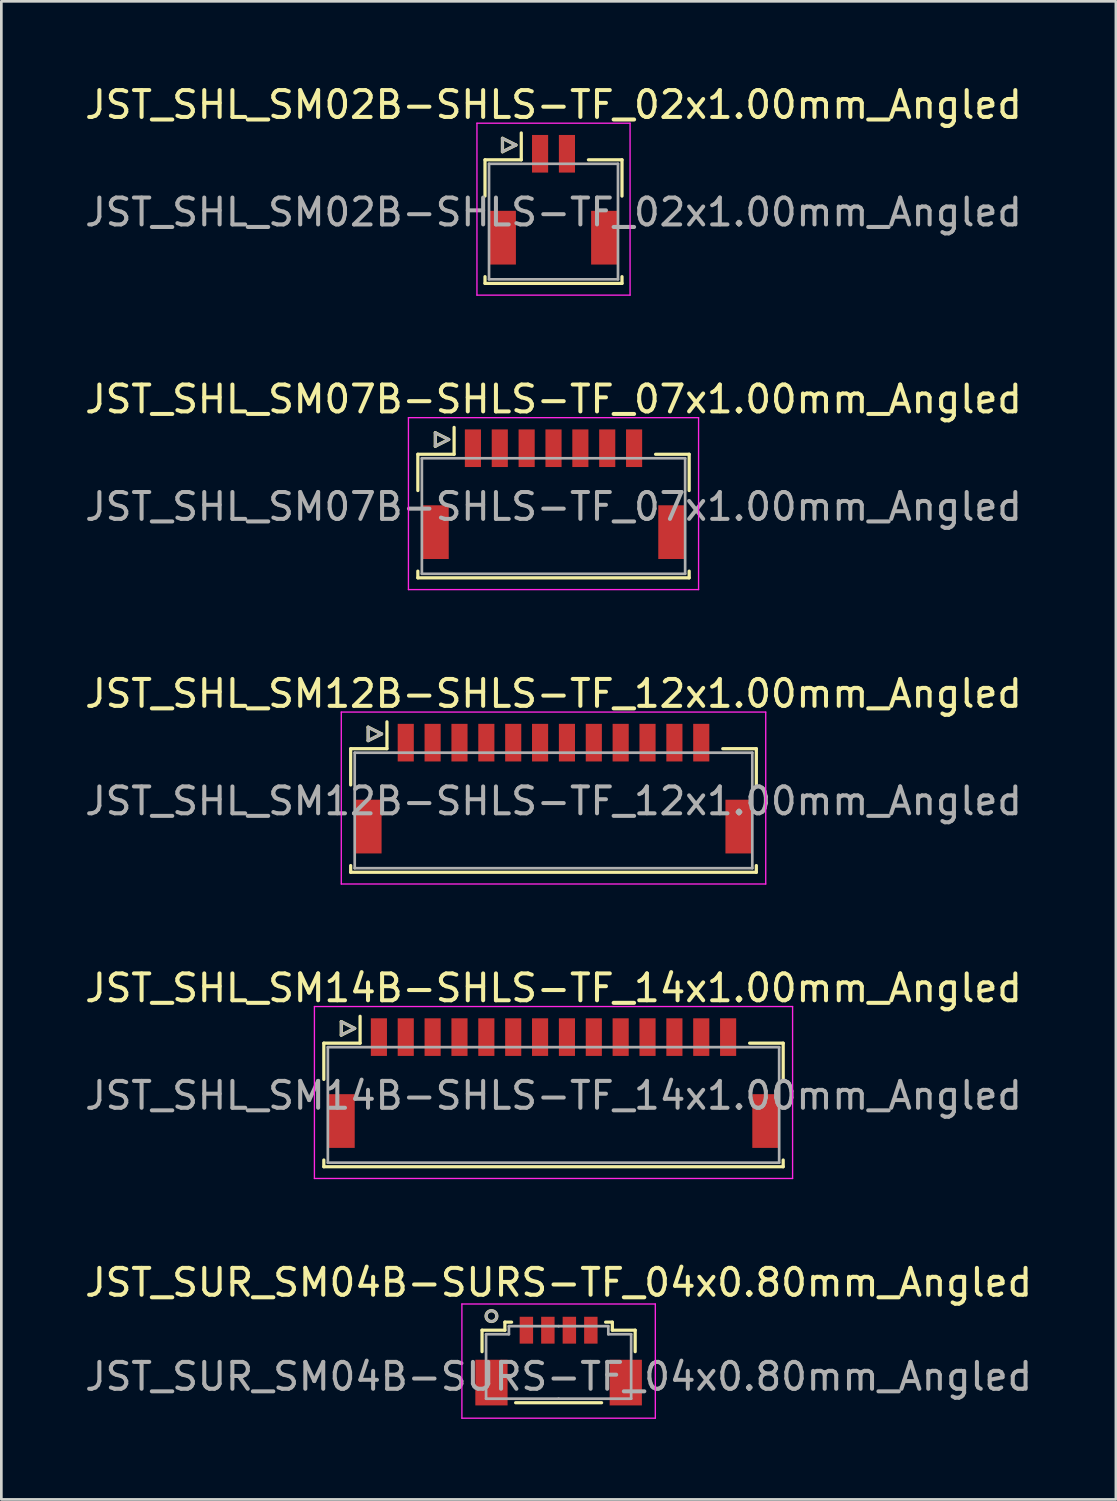
<source format=kicad_pcb>
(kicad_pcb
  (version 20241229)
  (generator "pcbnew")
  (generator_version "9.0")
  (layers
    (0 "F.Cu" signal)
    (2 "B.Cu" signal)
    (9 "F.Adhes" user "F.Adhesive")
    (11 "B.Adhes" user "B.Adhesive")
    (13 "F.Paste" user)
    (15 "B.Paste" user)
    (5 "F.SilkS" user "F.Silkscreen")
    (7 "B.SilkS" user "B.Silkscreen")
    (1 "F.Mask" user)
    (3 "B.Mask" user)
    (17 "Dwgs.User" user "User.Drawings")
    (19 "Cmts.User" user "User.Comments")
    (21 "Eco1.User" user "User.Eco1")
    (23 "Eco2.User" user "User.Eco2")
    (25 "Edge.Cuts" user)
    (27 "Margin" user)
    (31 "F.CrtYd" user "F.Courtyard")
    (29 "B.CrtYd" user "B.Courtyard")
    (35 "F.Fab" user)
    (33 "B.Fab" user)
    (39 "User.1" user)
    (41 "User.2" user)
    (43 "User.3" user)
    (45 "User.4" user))
  (footprint "JST_SHL_SM02B-SHLS-TF_02x1.00mm_Angled"
    (layer "F.Cu")
    (at 17.554 4.236)
    (property "Reference" "JST_SHL_SM02B-SHLS-TF_02x1.00mm_Angled" (at 0 -3.388 0) (layer "F.SilkS") (effects (font (size 1 1) (thickness 0.15))))
    (attr smd)
    (fp_line (start -2.55 -1.337) (end -1.2 -1.337) (stroke (width 0.12) (type solid)) (layer "F.SilkS"))
    (fp_line (start -2.55 0.013) (end -2.55 -1.337) (stroke (width 0.12) (type solid)) (layer "F.SilkS"))
    (fp_line (start -2.55 3.013) (end -2.55 3.263) (stroke (width 0.12) (type solid)) (layer "F.SilkS"))
    (fp_line (start -2.55 3.263) (end 2.55 3.263) (stroke (width 0.12) (type solid)) (layer "F.SilkS"))
    (fp_line (start -1.9 -2.138) (end -1.9 -1.637) (stroke (width 0.12) (type solid)) (layer "F.SilkS"))
    (fp_line (start -1.9 -1.637) (end -1.4 -1.887) (stroke (width 0.12) (type solid)) (layer "F.SilkS"))
    (fp_line (start -1.4 -1.887) (end -1.9 -2.138) (stroke (width 0.12) (type solid)) (layer "F.SilkS"))
    (fp_line (start -1.2 -1.337) (end -1.2 -2.337) (stroke (width 0.12) (type solid)) (layer "F.SilkS"))
    (fp_line (start 2.55 -1.337) (end 1.3 -1.337) (stroke (width 0.12) (type solid)) (layer "F.SilkS"))
    (fp_line (start 2.55 0.013) (end 2.55 -1.337) (stroke (width 0.12) (type solid)) (layer "F.SilkS"))
    (fp_line (start 2.55 3.263) (end 2.55 3.013) (stroke (width 0.12) (type solid)) (layer "F.SilkS"))
    (fp_line (start -2.85 -2.7) (end -2.85 3.7) (stroke (width 0.05) (type solid)) (layer "F.CrtYd"))
    (fp_line (start -2.85 3.7) (end 2.85 3.7) (stroke (width 0.05) (type solid)) (layer "F.CrtYd"))
    (fp_line (start 2.85 -2.7) (end -2.85 -2.7) (stroke (width 0.05) (type solid)) (layer "F.CrtYd"))
    (fp_line (start 2.85 3.7) (end 2.85 -2.7) (stroke (width 0.05) (type solid)) (layer "F.CrtYd"))
    (fp_line (start -2.4 -1.188) (end -2.4 3.112) (stroke (width 0.1) (type solid)) (layer "F.Fab"))
    (fp_line (start -2.4 3.112) (end 2.4 3.112) (stroke (width 0.1) (type solid)) (layer "F.Fab"))
    (fp_line (start -1.9 -2.138) (end -1.9 -1.637) (stroke (width 0.1) (type solid)) (layer "F.Fab"))
    (fp_line (start -1.9 -1.637) (end -1.4 -1.887) (stroke (width 0.1) (type solid)) (layer "F.Fab"))
    (fp_line (start -1.4 -1.887) (end -1.9 -2.138) (stroke (width 0.1) (type solid)) (layer "F.Fab"))
    (fp_line (start 2.4 -1.188) (end -2.4 -1.188) (stroke (width 0.1) (type solid)) (layer "F.Fab"))
    (fp_line (start 2.4 3.112) (end 2.4 -1.188) (stroke (width 0.1) (type solid)) (layer "F.Fab"))
    (fp_text user "${REFERENCE}" (at 0 0.613 0) (layer "F.Fab") (effects (font (size 1 1) (thickness 0.15))))
    (pad "" smd rect (at -1.9 1.562) (size 1 2) (layers "F.Cu" "F.Mask" "F.Paste"))
    (pad "" smd rect (at 1.9 1.562) (size 1 2) (layers "F.Cu" "F.Mask" "F.Paste"))
    (pad "1" smd rect (at -0.5 -1.562) (size 0.6 1.4) (layers "F.Cu" "F.Mask" "F.Paste"))
    (pad "2" smd rect (at 0.5 -1.562) (size 0.6 1.4) (layers "F.Cu" "F.Mask" "F.Paste")))
  (footprint "JST_SUR_SM04B-SURS-TF_04x0.80mm_Angled"
    (layer "F.Cu")
    (at 17.744 47.441)
    (property "Reference" "JST_SUR_SM04B-SURS-TF_04x0.80mm_Angled" (at 0 -2.75 0) (layer "F.SilkS") (effects (font (size 1 1) (thickness 0.15))))
    (attr smd)
    (fp_line (start -2.85 -0.975) (end -2.85 -0.175) (stroke (width 0.12) (type solid)) (layer "F.SilkS"))
    (fp_line (start -2 -1.275) (end -2 -0.975) (stroke (width 0.12) (type solid)) (layer "F.SilkS"))
    (fp_line (start -2 -0.975) (end -2.85 -0.975) (stroke (width 0.12) (type solid)) (layer "F.SilkS"))
    (fp_line (start -1.75 -1.275) (end -2 -1.275) (stroke (width 0.12) (type solid)) (layer "F.SilkS"))
    (fp_line (start -1.6 1.725) (end 1.6 1.725) (stroke (width 0.12) (type solid)) (layer "F.SilkS"))
    (fp_line (start 1.75 -1.275) (end 2 -1.275) (stroke (width 0.12) (type solid)) (layer "F.SilkS"))
    (fp_line (start 2 -1.275) (end 2 -0.975) (stroke (width 0.12) (type solid)) (layer "F.SilkS"))
    (fp_line (start 2 -0.975) (end 2.85 -0.975) (stroke (width 0.12) (type solid)) (layer "F.SilkS"))
    (fp_line (start 2.85 -0.975) (end 2.85 -0.175) (stroke (width 0.12) (type solid)) (layer "F.SilkS"))
    (fp_circle (center -2.5 -1.5) (end -2.3 -1.5) (stroke (width 0.12) (type solid)) (fill no) (layer "F.SilkS"))
    (fp_line (start -3.6 -1.95) (end 3.6 -1.95) (stroke (width 0.05) (type solid)) (layer "F.CrtYd"))
    (fp_line (start -3.6 2.3) (end -3.6 -1.95) (stroke (width 0.05) (type solid)) (layer "F.CrtYd"))
    (fp_line (start 3.6 -1.95) (end 3.6 2.3) (stroke (width 0.05) (type solid)) (layer "F.CrtYd"))
    (fp_line (start 3.6 2.3) (end -3.6 2.3) (stroke (width 0.05) (type solid)) (layer "F.CrtYd"))
    (fp_line (start -2.7 -0.825) (end -2.7 1.575) (stroke (width 0.1) (type solid)) (layer "F.Fab"))
    (fp_line (start -2.7 1.575) (end 0 1.575) (stroke (width 0.1) (type solid)) (layer "F.Fab"))
    (fp_line (start -1.85 -1.125) (end -1.85 -0.825) (stroke (width 0.1) (type solid)) (layer "F.Fab"))
    (fp_line (start -1.85 -0.825) (end -2.7 -0.825) (stroke (width 0.1) (type solid)) (layer "F.Fab"))
    (fp_line (start 0 -1.125) (end -1.85 -1.125) (stroke (width 0.1) (type solid)) (layer "F.Fab"))
    (fp_line (start 0 -1.125) (end 1.85 -1.125) (stroke (width 0.1) (type solid)) (layer "F.Fab"))
    (fp_line (start 1.85 -1.125) (end 1.85 -0.825) (stroke (width 0.1) (type solid)) (layer "F.Fab"))
    (fp_line (start 1.85 -0.825) (end 2.7 -0.825) (stroke (width 0.1) (type solid)) (layer "F.Fab"))
    (fp_line (start 2.7 -0.825) (end 2.7 1.575) (stroke (width 0.1) (type solid)) (layer "F.Fab"))
    (fp_line (start 2.7 1.575) (end 0 1.575) (stroke (width 0.1) (type solid)) (layer "F.Fab"))
    (fp_circle (center -2.5 -1.5) (end -2.3 -1.5) (stroke (width 0.1) (type solid)) (fill no) (layer "F.Fab"))
    (fp_text user "${REFERENCE}" (at 0 0.75 0) (layer "F.Fab") (effects (font (size 1 1) (thickness 0.15))))
    (pad "" smd rect (at -2.5 0.975) (size 1.2 1.7) (layers "F.Cu" "F.Mask" "F.Paste"))
    (pad "" smd rect (at 2.5 0.975) (size 1.2 1.7) (layers "F.Cu" "F.Mask" "F.Paste"))
    (pad "1" smd rect (at -1.2 -0.975) (size 0.5 1) (layers "F.Cu" "F.Mask" "F.Paste"))
    (pad "2" smd rect (at -0.4 -0.975) (size 0.5 1) (layers "F.Cu" "F.Mask" "F.Paste"))
    (pad "3" smd rect (at 0.4 -0.975) (size 0.5 1) (layers "F.Cu" "F.Mask" "F.Paste"))
    (pad "4" smd rect (at 1.2 -0.975) (size 0.5 1) (layers "F.Cu" "F.Mask" "F.Paste")))
  (footprint "JST_SHL_SM07B-SHLS-TF_07x1.00mm_Angled"
    (layer "F.Cu")
    (at 17.554 15.197)
    (property "Reference" "JST_SHL_SM07B-SHLS-TF_07x1.00mm_Angled" (at 0 -3.388 0) (layer "F.SilkS") (effects (font (size 1 1) (thickness 0.15))))
    (attr smd)
    (fp_line (start -5.05 -1.337) (end -3.7 -1.337) (stroke (width 0.12) (type solid)) (layer "F.SilkS"))
    (fp_line (start -5.05 0.013) (end -5.05 -1.337) (stroke (width 0.12) (type solid)) (layer "F.SilkS"))
    (fp_line (start -5.05 3.013) (end -5.05 3.263) (stroke (width 0.12) (type solid)) (layer "F.SilkS"))
    (fp_line (start -5.05 3.263) (end 5.05 3.263) (stroke (width 0.12) (type solid)) (layer "F.SilkS"))
    (fp_line (start -4.4 -2.138) (end -4.4 -1.637) (stroke (width 0.12) (type solid)) (layer "F.SilkS"))
    (fp_line (start -4.4 -1.637) (end -3.9 -1.887) (stroke (width 0.12) (type solid)) (layer "F.SilkS"))
    (fp_line (start -3.9 -1.887) (end -4.4 -2.138) (stroke (width 0.12) (type solid)) (layer "F.SilkS"))
    (fp_line (start -3.7 -1.337) (end -3.7 -2.337) (stroke (width 0.12) (type solid)) (layer "F.SilkS"))
    (fp_line (start 5.05 -1.337) (end 3.8 -1.337) (stroke (width 0.12) (type solid)) (layer "F.SilkS"))
    (fp_line (start 5.05 0.013) (end 5.05 -1.337) (stroke (width 0.12) (type solid)) (layer "F.SilkS"))
    (fp_line (start 5.05 3.263) (end 5.05 3.013) (stroke (width 0.12) (type solid)) (layer "F.SilkS"))
    (fp_line (start -5.4 -2.7) (end -5.4 3.7) (stroke (width 0.05) (type solid)) (layer "F.CrtYd"))
    (fp_line (start -5.4 3.7) (end 5.4 3.7) (stroke (width 0.05) (type solid)) (layer "F.CrtYd"))
    (fp_line (start 5.4 -2.7) (end -5.4 -2.7) (stroke (width 0.05) (type solid)) (layer "F.CrtYd"))
    (fp_line (start 5.4 3.7) (end 5.4 -2.7) (stroke (width 0.05) (type solid)) (layer "F.CrtYd"))
    (fp_line (start -4.9 -1.188) (end -4.9 3.112) (stroke (width 0.1) (type solid)) (layer "F.Fab"))
    (fp_line (start -4.9 3.112) (end 4.9 3.112) (stroke (width 0.1) (type solid)) (layer "F.Fab"))
    (fp_line (start -4.4 -2.138) (end -4.4 -1.637) (stroke (width 0.1) (type solid)) (layer "F.Fab"))
    (fp_line (start -4.4 -1.637) (end -3.9 -1.887) (stroke (width 0.1) (type solid)) (layer "F.Fab"))
    (fp_line (start -3.9 -1.887) (end -4.4 -2.138) (stroke (width 0.1) (type solid)) (layer "F.Fab"))
    (fp_line (start 4.9 -1.188) (end -4.9 -1.188) (stroke (width 0.1) (type solid)) (layer "F.Fab"))
    (fp_line (start 4.9 3.112) (end 4.9 -1.188) (stroke (width 0.1) (type solid)) (layer "F.Fab"))
    (fp_text user "${REFERENCE}" (at 0 0.613 0) (layer "F.Fab") (effects (font (size 1 1) (thickness 0.15))))
    (pad "" smd rect (at -4.4 1.562) (size 1 2) (layers "F.Cu" "F.Mask" "F.Paste"))
    (pad "" smd rect (at 4.4 1.562) (size 1 2) (layers "F.Cu" "F.Mask" "F.Paste"))
    (pad "1" smd rect (at -3 -1.562) (size 0.6 1.4) (layers "F.Cu" "F.Mask" "F.Paste"))
    (pad "2" smd rect (at -2 -1.562) (size 0.6 1.4) (layers "F.Cu" "F.Mask" "F.Paste"))
    (pad "3" smd rect (at -1 -1.562) (size 0.6 1.4) (layers "F.Cu" "F.Mask" "F.Paste"))
    (pad "4" smd rect (at 0 -1.562) (size 0.6 1.4) (layers "F.Cu" "F.Mask" "F.Paste"))
    (pad "5" smd rect (at 1 -1.562) (size 0.6 1.4) (layers "F.Cu" "F.Mask" "F.Paste"))
    (pad "6" smd rect (at 2 -1.562) (size 0.6 1.4) (layers "F.Cu" "F.Mask" "F.Paste"))
    (pad "7" smd rect (at 3 -1.562) (size 0.6 1.4) (layers "F.Cu" "F.Mask" "F.Paste")))
  (footprint "JST_SHL_SM12B-SHLS-TF_12x1.00mm_Angled"
    (layer "F.Cu")
    (at 17.554 26.157)
    (property "Reference" "JST_SHL_SM12B-SHLS-TF_12x1.00mm_Angled" (at 0 -3.388 0) (layer "F.SilkS") (effects (font (size 1 1) (thickness 0.15))))
    (attr smd)
    (fp_line (start -7.55 -1.337) (end -6.2 -1.337) (stroke (width 0.12) (type solid)) (layer "F.SilkS"))
    (fp_line (start -7.55 0.013) (end -7.55 -1.337) (stroke (width 0.12) (type solid)) (layer "F.SilkS"))
    (fp_line (start -7.55 3.013) (end -7.55 3.263) (stroke (width 0.12) (type solid)) (layer "F.SilkS"))
    (fp_line (start -7.55 3.263) (end 7.55 3.263) (stroke (width 0.12) (type solid)) (layer "F.SilkS"))
    (fp_line (start -6.9 -2.138) (end -6.9 -1.637) (stroke (width 0.12) (type solid)) (layer "F.SilkS"))
    (fp_line (start -6.9 -1.637) (end -6.4 -1.887) (stroke (width 0.12) (type solid)) (layer "F.SilkS"))
    (fp_line (start -6.4 -1.887) (end -6.9 -2.138) (stroke (width 0.12) (type solid)) (layer "F.SilkS"))
    (fp_line (start -6.2 -1.337) (end -6.2 -2.337) (stroke (width 0.12) (type solid)) (layer "F.SilkS"))
    (fp_line (start 7.55 -1.337) (end 6.3 -1.337) (stroke (width 0.12) (type solid)) (layer "F.SilkS"))
    (fp_line (start 7.55 0.013) (end 7.55 -1.337) (stroke (width 0.12) (type solid)) (layer "F.SilkS"))
    (fp_line (start 7.55 3.263) (end 7.55 3.013) (stroke (width 0.12) (type solid)) (layer "F.SilkS"))
    (fp_line (start -7.9 -2.7) (end -7.9 3.7) (stroke (width 0.05) (type solid)) (layer "F.CrtYd"))
    (fp_line (start -7.9 3.7) (end 7.9 3.7) (stroke (width 0.05) (type solid)) (layer "F.CrtYd"))
    (fp_line (start 7.9 -2.7) (end -7.9 -2.7) (stroke (width 0.05) (type solid)) (layer "F.CrtYd"))
    (fp_line (start 7.9 3.7) (end 7.9 -2.7) (stroke (width 0.05) (type solid)) (layer "F.CrtYd"))
    (fp_line (start -7.4 -1.188) (end -7.4 3.112) (stroke (width 0.1) (type solid)) (layer "F.Fab"))
    (fp_line (start -7.4 3.112) (end 7.4 3.112) (stroke (width 0.1) (type solid)) (layer "F.Fab"))
    (fp_line (start -6.9 -2.138) (end -6.9 -1.637) (stroke (width 0.1) (type solid)) (layer "F.Fab"))
    (fp_line (start -6.9 -1.637) (end -6.4 -1.887) (stroke (width 0.1) (type solid)) (layer "F.Fab"))
    (fp_line (start -6.4 -1.887) (end -6.9 -2.138) (stroke (width 0.1) (type solid)) (layer "F.Fab"))
    (fp_line (start 7.4 -1.188) (end -7.4 -1.188) (stroke (width 0.1) (type solid)) (layer "F.Fab"))
    (fp_line (start 7.4 3.112) (end 7.4 -1.188) (stroke (width 0.1) (type solid)) (layer "F.Fab"))
    (fp_text user "${REFERENCE}" (at 0 0.613 0) (layer "F.Fab") (effects (font (size 1 1) (thickness 0.15))))
    (pad "" smd rect (at -6.9 1.562) (size 1 2) (layers "F.Cu" "F.Mask" "F.Paste"))
    (pad "" smd rect (at 6.9 1.562) (size 1 2) (layers "F.Cu" "F.Mask" "F.Paste"))
    (pad "1" smd rect (at -5.5 -1.562) (size 0.6 1.4) (layers "F.Cu" "F.Mask" "F.Paste"))
    (pad "2" smd rect (at -4.5 -1.562) (size 0.6 1.4) (layers "F.Cu" "F.Mask" "F.Paste"))
    (pad "3" smd rect (at -3.5 -1.562) (size 0.6 1.4) (layers "F.Cu" "F.Mask" "F.Paste"))
    (pad "4" smd rect (at -2.5 -1.562) (size 0.6 1.4) (layers "F.Cu" "F.Mask" "F.Paste"))
    (pad "5" smd rect (at -1.5 -1.562) (size 0.6 1.4) (layers "F.Cu" "F.Mask" "F.Paste"))
    (pad "6" smd rect (at -0.5 -1.562) (size 0.6 1.4) (layers "F.Cu" "F.Mask" "F.Paste"))
    (pad "7" smd rect (at 0.5 -1.562) (size 0.6 1.4) (layers "F.Cu" "F.Mask" "F.Paste"))
    (pad "8" smd rect (at 1.5 -1.562) (size 0.6 1.4) (layers "F.Cu" "F.Mask" "F.Paste"))
    (pad "9" smd rect (at 2.5 -1.562) (size 0.6 1.4) (layers "F.Cu" "F.Mask" "F.Paste"))
    (pad "10" smd rect (at 3.5 -1.562) (size 0.6 1.4) (layers "F.Cu" "F.Mask" "F.Paste"))
    (pad "11" smd rect (at 4.5 -1.562) (size 0.6 1.4) (layers "F.Cu" "F.Mask" "F.Paste"))
    (pad "12" smd rect (at 5.5 -1.562) (size 0.6 1.4) (layers "F.Cu" "F.Mask" "F.Paste")))
  (footprint "JST_SHL_SM14B-SHLS-TF_14x1.00mm_Angled"
    (layer "F.Cu")
    (at 17.554 37.118)
    (property "Reference" "JST_SHL_SM14B-SHLS-TF_14x1.00mm_Angled" (at 0 -3.388 0) (layer "F.SilkS") (effects (font (size 1 1) (thickness 0.15))))
    (attr smd)
    (fp_line (start -8.55 -1.337) (end -7.2 -1.337) (stroke (width 0.12) (type solid)) (layer "F.SilkS"))
    (fp_line (start -8.55 0.013) (end -8.55 -1.337) (stroke (width 0.12) (type solid)) (layer "F.SilkS"))
    (fp_line (start -8.55 3.013) (end -8.55 3.263) (stroke (width 0.12) (type solid)) (layer "F.SilkS"))
    (fp_line (start -8.55 3.263) (end 8.55 3.263) (stroke (width 0.12) (type solid)) (layer "F.SilkS"))
    (fp_line (start -7.9 -2.138) (end -7.9 -1.637) (stroke (width 0.12) (type solid)) (layer "F.SilkS"))
    (fp_line (start -7.9 -1.637) (end -7.4 -1.887) (stroke (width 0.12) (type solid)) (layer "F.SilkS"))
    (fp_line (start -7.4 -1.887) (end -7.9 -2.138) (stroke (width 0.12) (type solid)) (layer "F.SilkS"))
    (fp_line (start -7.2 -1.337) (end -7.2 -2.337) (stroke (width 0.12) (type solid)) (layer "F.SilkS"))
    (fp_line (start 8.55 -1.337) (end 7.3 -1.337) (stroke (width 0.12) (type solid)) (layer "F.SilkS"))
    (fp_line (start 8.55 0.013) (end 8.55 -1.337) (stroke (width 0.12) (type solid)) (layer "F.SilkS"))
    (fp_line (start 8.55 3.263) (end 8.55 3.013) (stroke (width 0.12) (type solid)) (layer "F.SilkS"))
    (fp_line (start -8.9 -2.7) (end -8.9 3.7) (stroke (width 0.05) (type solid)) (layer "F.CrtYd"))
    (fp_line (start -8.9 3.7) (end 8.9 3.7) (stroke (width 0.05) (type solid)) (layer "F.CrtYd"))
    (fp_line (start 8.9 -2.7) (end -8.9 -2.7) (stroke (width 0.05) (type solid)) (layer "F.CrtYd"))
    (fp_line (start 8.9 3.7) (end 8.9 -2.7) (stroke (width 0.05) (type solid)) (layer "F.CrtYd"))
    (fp_line (start -8.4 -1.188) (end -8.4 3.112) (stroke (width 0.1) (type solid)) (layer "F.Fab"))
    (fp_line (start -8.4 3.112) (end 8.4 3.112) (stroke (width 0.1) (type solid)) (layer "F.Fab"))
    (fp_line (start -7.9 -2.138) (end -7.9 -1.637) (stroke (width 0.1) (type solid)) (layer "F.Fab"))
    (fp_line (start -7.9 -1.637) (end -7.4 -1.887) (stroke (width 0.1) (type solid)) (layer "F.Fab"))
    (fp_line (start -7.4 -1.887) (end -7.9 -2.138) (stroke (width 0.1) (type solid)) (layer "F.Fab"))
    (fp_line (start 8.4 -1.188) (end -8.4 -1.188) (stroke (width 0.1) (type solid)) (layer "F.Fab"))
    (fp_line (start 8.4 3.112) (end 8.4 -1.188) (stroke (width 0.1) (type solid)) (layer "F.Fab"))
    (fp_text user "${REFERENCE}" (at 0 0.613 0) (layer "F.Fab") (effects (font (size 1 1) (thickness 0.15))))
    (pad "" smd rect (at -7.9 1.562) (size 1 2) (layers "F.Cu" "F.Mask" "F.Paste"))
    (pad "" smd rect (at 7.9 1.562) (size 1 2) (layers "F.Cu" "F.Mask" "F.Paste"))
    (pad "1" smd rect (at -6.5 -1.562) (size 0.6 1.4) (layers "F.Cu" "F.Mask" "F.Paste"))
    (pad "2" smd rect (at -5.5 -1.562) (size 0.6 1.4) (layers "F.Cu" "F.Mask" "F.Paste"))
    (pad "3" smd rect (at -4.5 -1.562) (size 0.6 1.4) (layers "F.Cu" "F.Mask" "F.Paste"))
    (pad "4" smd rect (at -3.5 -1.562) (size 0.6 1.4) (layers "F.Cu" "F.Mask" "F.Paste"))
    (pad "5" smd rect (at -2.5 -1.562) (size 0.6 1.4) (layers "F.Cu" "F.Mask" "F.Paste"))
    (pad "6" smd rect (at -1.5 -1.562) (size 0.6 1.4) (layers "F.Cu" "F.Mask" "F.Paste"))
    (pad "7" smd rect (at -0.5 -1.562) (size 0.6 1.4) (layers "F.Cu" "F.Mask" "F.Paste"))
    (pad "8" smd rect (at 0.5 -1.562) (size 0.6 1.4) (layers "F.Cu" "F.Mask" "F.Paste"))
    (pad "9" smd rect (at 1.5 -1.562) (size 0.6 1.4) (layers "F.Cu" "F.Mask" "F.Paste"))
    (pad "10" smd rect (at 2.5 -1.562) (size 0.6 1.4) (layers "F.Cu" "F.Mask" "F.Paste"))
    (pad "11" smd rect (at 3.5 -1.562) (size 0.6 1.4) (layers "F.Cu" "F.Mask" "F.Paste"))
    (pad "12" smd rect (at 4.5 -1.562) (size 0.6 1.4) (layers "F.Cu" "F.Mask" "F.Paste"))
    (pad "13" smd rect (at 5.5 -1.562) (size 0.6 1.4) (layers "F.Cu" "F.Mask" "F.Paste"))
    (pad "14" smd rect (at 6.5 -1.562) (size 0.6 1.4) (layers "F.Cu" "F.Mask" "F.Paste")))
  (gr_rect
    (start -3 -3)
    (end 38.488 52.766)
    (stroke (width 0.1) (type default))
    (fill no)
    (layer "Edge.Cuts")))
</source>
